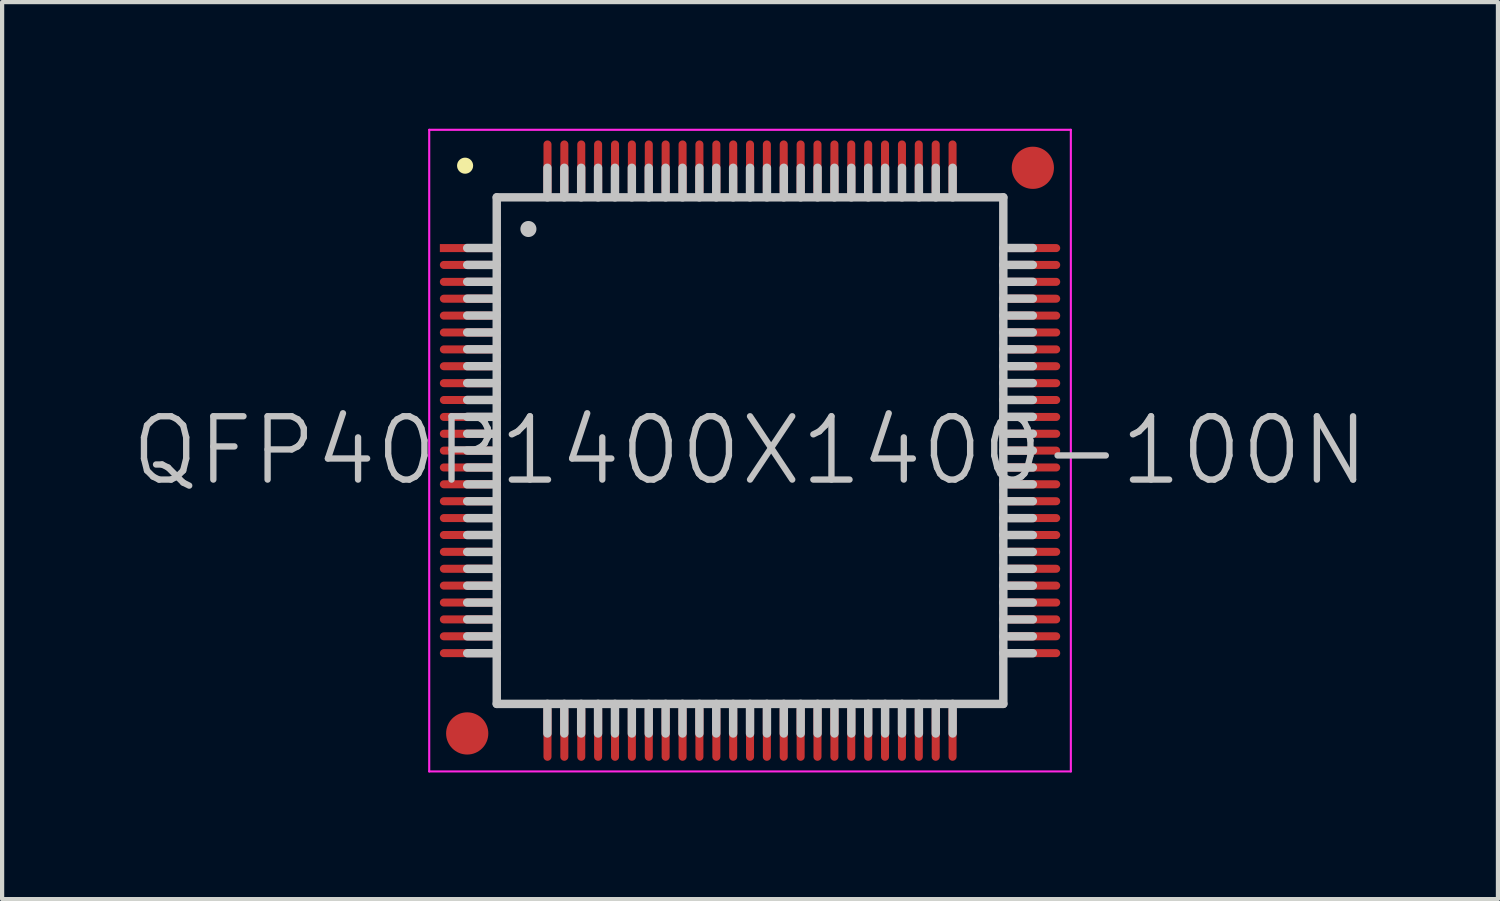
<source format=kicad_pcb>
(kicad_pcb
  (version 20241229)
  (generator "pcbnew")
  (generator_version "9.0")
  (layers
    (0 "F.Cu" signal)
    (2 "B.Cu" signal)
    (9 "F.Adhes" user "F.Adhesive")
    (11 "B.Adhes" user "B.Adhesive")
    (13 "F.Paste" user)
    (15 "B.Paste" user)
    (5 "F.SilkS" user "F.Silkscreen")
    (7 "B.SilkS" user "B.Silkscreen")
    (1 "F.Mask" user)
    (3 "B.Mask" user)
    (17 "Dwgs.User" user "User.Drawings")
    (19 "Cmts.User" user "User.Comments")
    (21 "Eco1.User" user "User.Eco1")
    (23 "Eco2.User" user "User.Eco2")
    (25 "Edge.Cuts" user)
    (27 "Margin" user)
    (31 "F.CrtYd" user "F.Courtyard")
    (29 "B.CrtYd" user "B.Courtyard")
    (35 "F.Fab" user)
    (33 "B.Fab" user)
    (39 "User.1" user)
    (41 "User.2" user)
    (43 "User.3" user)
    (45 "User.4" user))
  (footprint "QFP40P1400X1400-100N"
    (layer "F.Cu")
    (at 14.718 7.625)
    (property "Reference" "QFP40P1400X1400-100N" (at 0 0 0) (layer "Dwgs.User") (effects (font (size 1.5 1.5) (thickness 0.15))))
    (attr smd)
    (fp_line (start -6.75 -6.75) (end -6.75 -6.75) (stroke (width 0.381) (type solid)) (layer "F.SilkS"))
    (fp_line (start -6 -6) (end -6 6) (stroke (width 0.2) (type solid)) (layer "Dwgs.User"))
    (fp_line (start -6 -6) (end 6 -6) (stroke (width 0.2) (type solid)) (layer "Dwgs.User"))
    (fp_line (start -6 -4.8) (end -6.7 -4.8) (stroke (width 0.2) (type solid)) (layer "Dwgs.User"))
    (fp_line (start -6 -4.4) (end -6.7 -4.4) (stroke (width 0.2) (type solid)) (layer "Dwgs.User"))
    (fp_line (start -6 -4) (end -6.7 -4) (stroke (width 0.2) (type solid)) (layer "Dwgs.User"))
    (fp_line (start -6 -3.6) (end -6.7 -3.6) (stroke (width 0.2) (type solid)) (layer "Dwgs.User"))
    (fp_line (start -6 -3.2) (end -6.7 -3.2) (stroke (width 0.2) (type solid)) (layer "Dwgs.User"))
    (fp_line (start -6 -2.8) (end -6.7 -2.8) (stroke (width 0.2) (type solid)) (layer "Dwgs.User"))
    (fp_line (start -6 -2.4) (end -6.7 -2.4) (stroke (width 0.2) (type solid)) (layer "Dwgs.User"))
    (fp_line (start -6 -2) (end -6.7 -2) (stroke (width 0.2) (type solid)) (layer "Dwgs.User"))
    (fp_line (start -6 -1.6) (end -6.7 -1.6) (stroke (width 0.2) (type solid)) (layer "Dwgs.User"))
    (fp_line (start -6 -1.2) (end -6.7 -1.2) (stroke (width 0.2) (type solid)) (layer "Dwgs.User"))
    (fp_line (start -6 -0.8) (end -6.7 -0.8) (stroke (width 0.2) (type solid)) (layer "Dwgs.User"))
    (fp_line (start -6 -0.4) (end -6.7 -0.4) (stroke (width 0.2) (type solid)) (layer "Dwgs.User"))
    (fp_line (start -6 0) (end -6.7 0) (stroke (width 0.2) (type solid)) (layer "Dwgs.User"))
    (fp_line (start -6 0.4) (end -6.7 0.4) (stroke (width 0.2) (type solid)) (layer "Dwgs.User"))
    (fp_line (start -6 0.8) (end -6.7 0.8) (stroke (width 0.2) (type solid)) (layer "Dwgs.User"))
    (fp_line (start -6 1.2) (end -6.7 1.2) (stroke (width 0.2) (type solid)) (layer "Dwgs.User"))
    (fp_line (start -6 1.6) (end -6.7 1.6) (stroke (width 0.2) (type solid)) (layer "Dwgs.User"))
    (fp_line (start -6 2) (end -6.7 2) (stroke (width 0.2) (type solid)) (layer "Dwgs.User"))
    (fp_line (start -6 2.4) (end -6.7 2.4) (stroke (width 0.2) (type solid)) (layer "Dwgs.User"))
    (fp_line (start -6 2.8) (end -6.7 2.8) (stroke (width 0.2) (type solid)) (layer "Dwgs.User"))
    (fp_line (start -6 3.2) (end -6.7 3.2) (stroke (width 0.2) (type solid)) (layer "Dwgs.User"))
    (fp_line (start -6 3.6) (end -6.7 3.6) (stroke (width 0.2) (type solid)) (layer "Dwgs.User"))
    (fp_line (start -6 4) (end -6.7 4) (stroke (width 0.2) (type solid)) (layer "Dwgs.User"))
    (fp_line (start -6 4.4) (end -6.7 4.4) (stroke (width 0.2) (type solid)) (layer "Dwgs.User"))
    (fp_line (start -6 4.8) (end -6.7 4.8) (stroke (width 0.2) (type solid)) (layer "Dwgs.User"))
    (fp_line (start -6 6) (end 6 6) (stroke (width 0.2) (type solid)) (layer "Dwgs.User"))
    (fp_line (start -5.25 -5.25) (end -5.25 -5.25) (stroke (width 0.381) (type solid)) (layer "Dwgs.User"))
    (fp_line (start -4.8 -6) (end -4.8 -6.7) (stroke (width 0.2) (type solid)) (layer "Dwgs.User"))
    (fp_line (start -4.8 6.7) (end -4.8 6) (stroke (width 0.2) (type solid)) (layer "Dwgs.User"))
    (fp_line (start -4.4 -6) (end -4.4 -6.7) (stroke (width 0.2) (type solid)) (layer "Dwgs.User"))
    (fp_line (start -4.4 6.7) (end -4.4 6) (stroke (width 0.2) (type solid)) (layer "Dwgs.User"))
    (fp_line (start -4 -6) (end -4 -6.7) (stroke (width 0.2) (type solid)) (layer "Dwgs.User"))
    (fp_line (start -4 6.7) (end -4 6) (stroke (width 0.2) (type solid)) (layer "Dwgs.User"))
    (fp_line (start -3.6 -6) (end -3.6 -6.7) (stroke (width 0.2) (type solid)) (layer "Dwgs.User"))
    (fp_line (start -3.6 6.7) (end -3.6 6) (stroke (width 0.2) (type solid)) (layer "Dwgs.User"))
    (fp_line (start -3.2 -6) (end -3.2 -6.7) (stroke (width 0.2) (type solid)) (layer "Dwgs.User"))
    (fp_line (start -3.2 6.7) (end -3.2 6) (stroke (width 0.2) (type solid)) (layer "Dwgs.User"))
    (fp_line (start -2.8 -6) (end -2.8 -6.7) (stroke (width 0.2) (type solid)) (layer "Dwgs.User"))
    (fp_line (start -2.8 6.7) (end -2.8 6) (stroke (width 0.2) (type solid)) (layer "Dwgs.User"))
    (fp_line (start -2.4 -6) (end -2.4 -6.7) (stroke (width 0.2) (type solid)) (layer "Dwgs.User"))
    (fp_line (start -2.4 6.7) (end -2.4 6) (stroke (width 0.2) (type solid)) (layer "Dwgs.User"))
    (fp_line (start -2 -6) (end -2 -6.7) (stroke (width 0.2) (type solid)) (layer "Dwgs.User"))
    (fp_line (start -2 6.7) (end -2 6) (stroke (width 0.2) (type solid)) (layer "Dwgs.User"))
    (fp_line (start -1.6 -6) (end -1.6 -6.7) (stroke (width 0.2) (type solid)) (layer "Dwgs.User"))
    (fp_line (start -1.6 6.7) (end -1.6 6) (stroke (width 0.2) (type solid)) (layer "Dwgs.User"))
    (fp_line (start -1.2 -6) (end -1.2 -6.7) (stroke (width 0.2) (type solid)) (layer "Dwgs.User"))
    (fp_line (start -1.2 6.7) (end -1.2 6) (stroke (width 0.2) (type solid)) (layer "Dwgs.User"))
    (fp_line (start -0.8 -6) (end -0.8 -6.7) (stroke (width 0.2) (type solid)) (layer "Dwgs.User"))
    (fp_line (start -0.8 6.7) (end -0.8 6) (stroke (width 0.2) (type solid)) (layer "Dwgs.User"))
    (fp_line (start -0.4 -6) (end -0.4 -6.7) (stroke (width 0.2) (type solid)) (layer "Dwgs.User"))
    (fp_line (start -0.4 6.7) (end -0.4 6) (stroke (width 0.2) (type solid)) (layer "Dwgs.User"))
    (fp_line (start 0 -6) (end 0 -6.7) (stroke (width 0.2) (type solid)) (layer "Dwgs.User"))
    (fp_line (start 0 6.7) (end 0 6) (stroke (width 0.2) (type solid)) (layer "Dwgs.User"))
    (fp_line (start 0.4 -6) (end 0.4 -6.7) (stroke (width 0.2) (type solid)) (layer "Dwgs.User"))
    (fp_line (start 0.4 6.7) (end 0.4 6) (stroke (width 0.2) (type solid)) (layer "Dwgs.User"))
    (fp_line (start 0.8 -6) (end 0.8 -6.7) (stroke (width 0.2) (type solid)) (layer "Dwgs.User"))
    (fp_line (start 0.8 6.7) (end 0.8 6) (stroke (width 0.2) (type solid)) (layer "Dwgs.User"))
    (fp_line (start 1.2 -6) (end 1.2 -6.7) (stroke (width 0.2) (type solid)) (layer "Dwgs.User"))
    (fp_line (start 1.2 6.7) (end 1.2 6) (stroke (width 0.2) (type solid)) (layer "Dwgs.User"))
    (fp_line (start 1.6 -6) (end 1.6 -6.7) (stroke (width 0.2) (type solid)) (layer "Dwgs.User"))
    (fp_line (start 1.6 6.7) (end 1.6 6) (stroke (width 0.2) (type solid)) (layer "Dwgs.User"))
    (fp_line (start 2 -6) (end 2 -6.7) (stroke (width 0.2) (type solid)) (layer "Dwgs.User"))
    (fp_line (start 2 6.7) (end 2 6) (stroke (width 0.2) (type solid)) (layer "Dwgs.User"))
    (fp_line (start 2.4 -6) (end 2.4 -6.7) (stroke (width 0.2) (type solid)) (layer "Dwgs.User"))
    (fp_line (start 2.4 6.7) (end 2.4 6) (stroke (width 0.2) (type solid)) (layer "Dwgs.User"))
    (fp_line (start 2.8 -6) (end 2.8 -6.7) (stroke (width 0.2) (type solid)) (layer "Dwgs.User"))
    (fp_line (start 2.8 6.7) (end 2.8 6) (stroke (width 0.2) (type solid)) (layer "Dwgs.User"))
    (fp_line (start 3.2 -6) (end 3.2 -6.7) (stroke (width 0.2) (type solid)) (layer "Dwgs.User"))
    (fp_line (start 3.2 6.7) (end 3.2 6) (stroke (width 0.2) (type solid)) (layer "Dwgs.User"))
    (fp_line (start 3.6 -6) (end 3.6 -6.7) (stroke (width 0.2) (type solid)) (layer "Dwgs.User"))
    (fp_line (start 3.6 6.7) (end 3.6 6) (stroke (width 0.2) (type solid)) (layer "Dwgs.User"))
    (fp_line (start 4 -6) (end 4 -6.7) (stroke (width 0.2) (type solid)) (layer "Dwgs.User"))
    (fp_line (start 4 6.7) (end 4 6) (stroke (width 0.2) (type solid)) (layer "Dwgs.User"))
    (fp_line (start 4.4 -6) (end 4.4 -6.7) (stroke (width 0.2) (type solid)) (layer "Dwgs.User"))
    (fp_line (start 4.4 6.7) (end 4.4 6) (stroke (width 0.2) (type solid)) (layer "Dwgs.User"))
    (fp_line (start 4.8 -6) (end 4.8 -6.7) (stroke (width 0.2) (type solid)) (layer "Dwgs.User"))
    (fp_line (start 4.8 6.7) (end 4.8 6) (stroke (width 0.2) (type solid)) (layer "Dwgs.User"))
    (fp_line (start 6 -6) (end 6 6) (stroke (width 0.2) (type solid)) (layer "Dwgs.User"))
    (fp_line (start 6.7 -4.8) (end 6 -4.8) (stroke (width 0.2) (type solid)) (layer "Dwgs.User"))
    (fp_line (start 6.7 -4.4) (end 6 -4.4) (stroke (width 0.2) (type solid)) (layer "Dwgs.User"))
    (fp_line (start 6.7 -4) (end 6 -4) (stroke (width 0.2) (type solid)) (layer "Dwgs.User"))
    (fp_line (start 6.7 -3.6) (end 6 -3.6) (stroke (width 0.2) (type solid)) (layer "Dwgs.User"))
    (fp_line (start 6.7 -3.2) (end 6 -3.2) (stroke (width 0.2) (type solid)) (layer "Dwgs.User"))
    (fp_line (start 6.7 -2.8) (end 6 -2.8) (stroke (width 0.2) (type solid)) (layer "Dwgs.User"))
    (fp_line (start 6.7 -2.4) (end 6 -2.4) (stroke (width 0.2) (type solid)) (layer "Dwgs.User"))
    (fp_line (start 6.7 -2) (end 6 -2) (stroke (width 0.2) (type solid)) (layer "Dwgs.User"))
    (fp_line (start 6.7 -1.6) (end 6 -1.6) (stroke (width 0.2) (type solid)) (layer "Dwgs.User"))
    (fp_line (start 6.7 -1.2) (end 6 -1.2) (stroke (width 0.2) (type solid)) (layer "Dwgs.User"))
    (fp_line (start 6.7 -0.8) (end 6 -0.8) (stroke (width 0.2) (type solid)) (layer "Dwgs.User"))
    (fp_line (start 6.7 -0.4) (end 6 -0.4) (stroke (width 0.2) (type solid)) (layer "Dwgs.User"))
    (fp_line (start 6.7 0) (end 6 0) (stroke (width 0.2) (type solid)) (layer "Dwgs.User"))
    (fp_line (start 6.7 0.4) (end 6 0.4) (stroke (width 0.2) (type solid)) (layer "Dwgs.User"))
    (fp_line (start 6.7 0.8) (end 6 0.8) (stroke (width 0.2) (type solid)) (layer "Dwgs.User"))
    (fp_line (start 6.7 1.2) (end 6 1.2) (stroke (width 0.2) (type solid)) (layer "Dwgs.User"))
    (fp_line (start 6.7 1.6) (end 6 1.6) (stroke (width 0.2) (type solid)) (layer "Dwgs.User"))
    (fp_line (start 6.7 2) (end 6 2) (stroke (width 0.2) (type solid)) (layer "Dwgs.User"))
    (fp_line (start 6.7 2.4) (end 6 2.4) (stroke (width 0.2) (type solid)) (layer "Dwgs.User"))
    (fp_line (start 6.7 2.8) (end 6 2.8) (stroke (width 0.2) (type solid)) (layer "Dwgs.User"))
    (fp_line (start 6.7 3.2) (end 6 3.2) (stroke (width 0.2) (type solid)) (layer "Dwgs.User"))
    (fp_line (start 6.7 3.6) (end 6 3.6) (stroke (width 0.2) (type solid)) (layer "Dwgs.User"))
    (fp_line (start 6.7 4) (end 6 4) (stroke (width 0.2) (type solid)) (layer "Dwgs.User"))
    (fp_line (start 6.7 4.4) (end 6 4.4) (stroke (width 0.2) (type solid)) (layer "Dwgs.User"))
    (fp_line (start 6.7 4.8) (end 6 4.8) (stroke (width 0.2) (type solid)) (layer "Dwgs.User"))
    (fp_line (start -7.6 -7.6) (end -7.6 7.6) (stroke (width 0.05) (type solid)) (layer "F.CrtYd"))
    (fp_line (start -7.6 -7.6) (end 7.6 -7.6) (stroke (width 0.05) (type solid)) (layer "F.CrtYd"))
    (fp_line (start -7.6 7.6) (end 7.6 7.6) (stroke (width 0.05) (type solid)) (layer "F.CrtYd"))
    (fp_line (start 7.6 -7.6) (end 7.6 7.6) (stroke (width 0.05) (type solid)) (layer "F.CrtYd"))
    (pad "" smd circle (at -6.7 6.7) (size 1 1) (layers "F.Cu" "F.Mask"))
    (pad "" smd circle (at 6.7 -6.7) (size 1 1) (layers "F.Cu" "F.Mask"))
    (pad "1" smd rect (at -6.698 -4.798 90) (size 0.19 1.3) (layers "F.Cu" "F.Mask" "F.Paste"))
    (pad "2" smd oval (at -6.698 -4.399 90) (size 0.19 1.3) (layers "F.Cu" "F.Mask" "F.Paste"))
    (pad "3" smd oval (at -6.698 -3.998 90) (size 0.19 1.3) (layers "F.Cu" "F.Mask" "F.Paste"))
    (pad "4" smd oval (at -6.698 -3.599 90) (size 0.19 1.3) (layers "F.Cu" "F.Mask" "F.Paste"))
    (pad "5" smd oval (at -6.698 -3.198 90) (size 0.19 1.3) (layers "F.Cu" "F.Mask" "F.Paste"))
    (pad "6" smd oval (at -6.698 -2.799 90) (size 0.19 1.3) (layers "F.Cu" "F.Mask" "F.Paste"))
    (pad "7" smd oval (at -6.698 -2.398 90) (size 0.19 1.3) (layers "F.Cu" "F.Mask" "F.Paste"))
    (pad "8" smd oval (at -6.698 -1.999 90) (size 0.19 1.3) (layers "F.Cu" "F.Mask" "F.Paste"))
    (pad "9" smd oval (at -6.698 -1.598 90) (size 0.19 1.3) (layers "F.Cu" "F.Mask" "F.Paste"))
    (pad "10" smd oval (at -6.698 -1.199 90) (size 0.19 1.3) (layers "F.Cu" "F.Mask" "F.Paste"))
    (pad "11" smd oval (at -6.698 -0.798 90) (size 0.19 1.3) (layers "F.Cu" "F.Mask" "F.Paste"))
    (pad "12" smd oval (at -6.698 -0.399 90) (size 0.19 1.3) (layers "F.Cu" "F.Mask" "F.Paste"))
    (pad "13" smd oval (at -6.698 0 90) (size 0.19 1.3) (layers "F.Cu" "F.Mask" "F.Paste"))
    (pad "14" smd oval (at -6.698 0.399 90) (size 0.19 1.3) (layers "F.Cu" "F.Mask" "F.Paste"))
    (pad "15" smd oval (at -6.698 0.798 90) (size 0.19 1.3) (layers "F.Cu" "F.Mask" "F.Paste"))
    (pad "16" smd oval (at -6.698 1.199 90) (size 0.19 1.3) (layers "F.Cu" "F.Mask" "F.Paste"))
    (pad "17" smd oval (at -6.698 1.598 90) (size 0.19 1.3) (layers "F.Cu" "F.Mask" "F.Paste"))
    (pad "18" smd oval (at -6.698 1.999 90) (size 0.19 1.3) (layers "F.Cu" "F.Mask" "F.Paste"))
    (pad "19" smd oval (at -6.698 2.398 90) (size 0.19 1.3) (layers "F.Cu" "F.Mask" "F.Paste"))
    (pad "20" smd oval (at -6.698 2.799 90) (size 0.19 1.3) (layers "F.Cu" "F.Mask" "F.Paste"))
    (pad "21" smd oval (at -6.698 3.198 90) (size 0.19 1.3) (layers "F.Cu" "F.Mask" "F.Paste"))
    (pad "22" smd oval (at -6.698 3.599 90) (size 0.19 1.3) (layers "F.Cu" "F.Mask" "F.Paste"))
    (pad "23" smd oval (at -6.698 3.998 90) (size 0.19 1.3) (layers "F.Cu" "F.Mask" "F.Paste"))
    (pad "24" smd oval (at -6.698 4.399 90) (size 0.19 1.3) (layers "F.Cu" "F.Mask" "F.Paste"))
    (pad "25" smd oval (at -6.698 4.798 90) (size 0.19 1.3) (layers "F.Cu" "F.Mask" "F.Paste"))
    (pad "26" smd oval (at -4.798 6.698 180) (size 0.19 1.3) (layers "F.Cu" "F.Mask" "F.Paste"))
    (pad "27" smd oval (at -4.399 6.698 180) (size 0.19 1.3) (layers "F.Cu" "F.Mask" "F.Paste"))
    (pad "28" smd oval (at -3.998 6.698 180) (size 0.19 1.3) (layers "F.Cu" "F.Mask" "F.Paste"))
    (pad "29" smd oval (at -3.599 6.698 180) (size 0.19 1.3) (layers "F.Cu" "F.Mask" "F.Paste"))
    (pad "30" smd oval (at -3.198 6.698 180) (size 0.19 1.3) (layers "F.Cu" "F.Mask" "F.Paste"))
    (pad "31" smd oval (at -2.799 6.698 180) (size 0.19 1.3) (layers "F.Cu" "F.Mask" "F.Paste"))
    (pad "32" smd oval (at -2.398 6.698 180) (size 0.19 1.3) (layers "F.Cu" "F.Mask" "F.Paste"))
    (pad "33" smd oval (at -1.999 6.698 180) (size 0.19 1.3) (layers "F.Cu" "F.Mask" "F.Paste"))
    (pad "34" smd oval (at -1.598 6.698 180) (size 0.19 1.3) (layers "F.Cu" "F.Mask" "F.Paste"))
    (pad "35" smd oval (at -1.199 6.698 180) (size 0.19 1.3) (layers "F.Cu" "F.Mask" "F.Paste"))
    (pad "36" smd oval (at -0.798 6.698 180) (size 0.19 1.3) (layers "F.Cu" "F.Mask" "F.Paste"))
    (pad "37" smd oval (at -0.399 6.698 180) (size 0.19 1.3) (layers "F.Cu" "F.Mask" "F.Paste"))
    (pad "38" smd oval (at 0 6.698 180) (size 0.19 1.3) (layers "F.Cu" "F.Mask" "F.Paste"))
    (pad "39" smd oval (at 0.399 6.698 180) (size 0.19 1.3) (layers "F.Cu" "F.Mask" "F.Paste"))
    (pad "40" smd oval (at 0.798 6.698 180) (size 0.19 1.3) (layers "F.Cu" "F.Mask" "F.Paste"))
    (pad "41" smd oval (at 1.199 6.698 180) (size 0.19 1.3) (layers "F.Cu" "F.Mask" "F.Paste"))
    (pad "42" smd oval (at 1.598 6.698 180) (size 0.19 1.3) (layers "F.Cu" "F.Mask" "F.Paste"))
    (pad "43" smd oval (at 1.999 6.698 180) (size 0.19 1.3) (layers "F.Cu" "F.Mask" "F.Paste"))
    (pad "44" smd oval (at 2.398 6.698 180) (size 0.19 1.3) (layers "F.Cu" "F.Mask" "F.Paste"))
    (pad "45" smd oval (at 2.799 6.698 180) (size 0.19 1.3) (layers "F.Cu" "F.Mask" "F.Paste"))
    (pad "46" smd oval (at 3.198 6.698 180) (size 0.19 1.3) (layers "F.Cu" "F.Mask" "F.Paste"))
    (pad "47" smd oval (at 3.599 6.698 180) (size 0.19 1.3) (layers "F.Cu" "F.Mask" "F.Paste"))
    (pad "48" smd oval (at 3.998 6.698 180) (size 0.19 1.3) (layers "F.Cu" "F.Mask" "F.Paste"))
    (pad "49" smd oval (at 4.399 6.698 180) (size 0.19 1.3) (layers "F.Cu" "F.Mask" "F.Paste"))
    (pad "50" smd oval (at 4.798 6.698 180) (size 0.19 1.3) (layers "F.Cu" "F.Mask" "F.Paste"))
    (pad "51" smd oval (at 6.698 4.798 270) (size 0.19 1.3) (layers "F.Cu" "F.Mask" "F.Paste"))
    (pad "52" smd oval (at 6.698 4.399 270) (size 0.19 1.3) (layers "F.Cu" "F.Mask" "F.Paste"))
    (pad "53" smd oval (at 6.698 3.998 270) (size 0.19 1.3) (layers "F.Cu" "F.Mask" "F.Paste"))
    (pad "54" smd oval (at 6.698 3.599 270) (size 0.19 1.3) (layers "F.Cu" "F.Mask" "F.Paste"))
    (pad "55" smd oval (at 6.698 3.198 270) (size 0.19 1.3) (layers "F.Cu" "F.Mask" "F.Paste"))
    (pad "56" smd oval (at 6.698 2.799 270) (size 0.19 1.3) (layers "F.Cu" "F.Mask" "F.Paste"))
    (pad "57" smd oval (at 6.698 2.398 270) (size 0.19 1.3) (layers "F.Cu" "F.Mask" "F.Paste"))
    (pad "58" smd oval (at 6.698 1.999 270) (size 0.19 1.3) (layers "F.Cu" "F.Mask" "F.Paste"))
    (pad "59" smd oval (at 6.698 1.598 270) (size 0.19 1.3) (layers "F.Cu" "F.Mask" "F.Paste"))
    (pad "60" smd oval (at 6.698 1.199 270) (size 0.19 1.3) (layers "F.Cu" "F.Mask" "F.Paste"))
    (pad "61" smd oval (at 6.698 0.798 270) (size 0.19 1.3) (layers "F.Cu" "F.Mask" "F.Paste"))
    (pad "62" smd oval (at 6.698 0.399 270) (size 0.19 1.3) (layers "F.Cu" "F.Mask" "F.Paste"))
    (pad "63" smd oval (at 6.698 0 270) (size 0.19 1.3) (layers "F.Cu" "F.Mask" "F.Paste"))
    (pad "64" smd oval (at 6.698 -0.399 270) (size 0.19 1.3) (layers "F.Cu" "F.Mask" "F.Paste"))
    (pad "65" smd oval (at 6.698 -0.798 270) (size 0.19 1.3) (layers "F.Cu" "F.Mask" "F.Paste"))
    (pad "66" smd oval (at 6.698 -1.199 270) (size 0.19 1.3) (layers "F.Cu" "F.Mask" "F.Paste"))
    (pad "67" smd oval (at 6.698 -1.598 270) (size 0.19 1.3) (layers "F.Cu" "F.Mask" "F.Paste"))
    (pad "68" smd oval (at 6.698 -1.999 270) (size 0.19 1.3) (layers "F.Cu" "F.Mask" "F.Paste"))
    (pad "69" smd oval (at 6.698 -2.398 270) (size 0.19 1.3) (layers "F.Cu" "F.Mask" "F.Paste"))
    (pad "70" smd oval (at 6.698 -2.799 270) (size 0.19 1.3) (layers "F.Cu" "F.Mask" "F.Paste"))
    (pad "71" smd oval (at 6.698 -3.198 270) (size 0.19 1.3) (layers "F.Cu" "F.Mask" "F.Paste"))
    (pad "72" smd oval (at 6.698 -3.599 270) (size 0.19 1.3) (layers "F.Cu" "F.Mask" "F.Paste"))
    (pad "73" smd oval (at 6.698 -3.998 270) (size 0.19 1.3) (layers "F.Cu" "F.Mask" "F.Paste"))
    (pad "74" smd oval (at 6.698 -4.399 270) (size 0.19 1.3) (layers "F.Cu" "F.Mask" "F.Paste"))
    (pad "75" smd oval (at 6.698 -4.798 270) (size 0.19 1.3) (layers "F.Cu" "F.Mask" "F.Paste"))
    (pad "76" smd oval (at 4.798 -6.698) (size 0.19 1.3) (layers "F.Cu" "F.Mask" "F.Paste"))
    (pad "77" smd oval (at 4.399 -6.698) (size 0.19 1.3) (layers "F.Cu" "F.Mask" "F.Paste"))
    (pad "78" smd oval (at 3.998 -6.698) (size 0.19 1.3) (layers "F.Cu" "F.Mask" "F.Paste"))
    (pad "79" smd oval (at 3.599 -6.698) (size 0.19 1.3) (layers "F.Cu" "F.Mask" "F.Paste"))
    (pad "80" smd oval (at 3.198 -6.698) (size 0.19 1.3) (layers "F.Cu" "F.Mask" "F.Paste"))
    (pad "81" smd oval (at 2.799 -6.698) (size 0.19 1.3) (layers "F.Cu" "F.Mask" "F.Paste"))
    (pad "82" smd oval (at 2.398 -6.698) (size 0.19 1.3) (layers "F.Cu" "F.Mask" "F.Paste"))
    (pad "83" smd oval (at 1.999 -6.698) (size 0.19 1.3) (layers "F.Cu" "F.Mask" "F.Paste"))
    (pad "84" smd oval (at 1.598 -6.698) (size 0.19 1.3) (layers "F.Cu" "F.Mask" "F.Paste"))
    (pad "85" smd oval (at 1.199 -6.698) (size 0.19 1.3) (layers "F.Cu" "F.Mask" "F.Paste"))
    (pad "86" smd oval (at 0.798 -6.698) (size 0.19 1.3) (layers "F.Cu" "F.Mask" "F.Paste"))
    (pad "87" smd oval (at 0.399 -6.698) (size 0.19 1.3) (layers "F.Cu" "F.Mask" "F.Paste"))
    (pad "88" smd oval (at 0 -6.698) (size 0.19 1.3) (layers "F.Cu" "F.Mask" "F.Paste"))
    (pad "89" smd oval (at -0.399 -6.698) (size 0.19 1.3) (layers "F.Cu" "F.Mask" "F.Paste"))
    (pad "90" smd oval (at -0.798 -6.698) (size 0.19 1.3) (layers "F.Cu" "F.Mask" "F.Paste"))
    (pad "91" smd oval (at -1.199 -6.698) (size 0.19 1.3) (layers "F.Cu" "F.Mask" "F.Paste"))
    (pad "92" smd oval (at -1.598 -6.698) (size 0.19 1.3) (layers "F.Cu" "F.Mask" "F.Paste"))
    (pad "93" smd oval (at -1.999 -6.698) (size 0.19 1.3) (layers "F.Cu" "F.Mask" "F.Paste"))
    (pad "94" smd oval (at -2.398 -6.698) (size 0.19 1.3) (layers "F.Cu" "F.Mask" "F.Paste"))
    (pad "95" smd oval (at -2.799 -6.698) (size 0.19 1.3) (layers "F.Cu" "F.Mask" "F.Paste"))
    (pad "96" smd oval (at -3.198 -6.698) (size 0.19 1.3) (layers "F.Cu" "F.Mask" "F.Paste"))
    (pad "97" smd oval (at -3.599 -6.698) (size 0.19 1.3) (layers "F.Cu" "F.Mask" "F.Paste"))
    (pad "98" smd oval (at -3.998 -6.698) (size 0.19 1.3) (layers "F.Cu" "F.Mask" "F.Paste"))
    (pad "99" smd oval (at -4.399 -6.698) (size 0.19 1.3) (layers "F.Cu" "F.Mask" "F.Paste"))
    (pad "100" smd oval (at -4.798 -6.698) (size 0.19 1.3) (layers "F.Cu" "F.Mask" "F.Paste")))
  (gr_rect
    (start -3 -3)
    (end 32.436 18.25)
    (stroke (width 0.1) (type default))
    (fill no)
    (layer "Edge.Cuts")))
</source>
